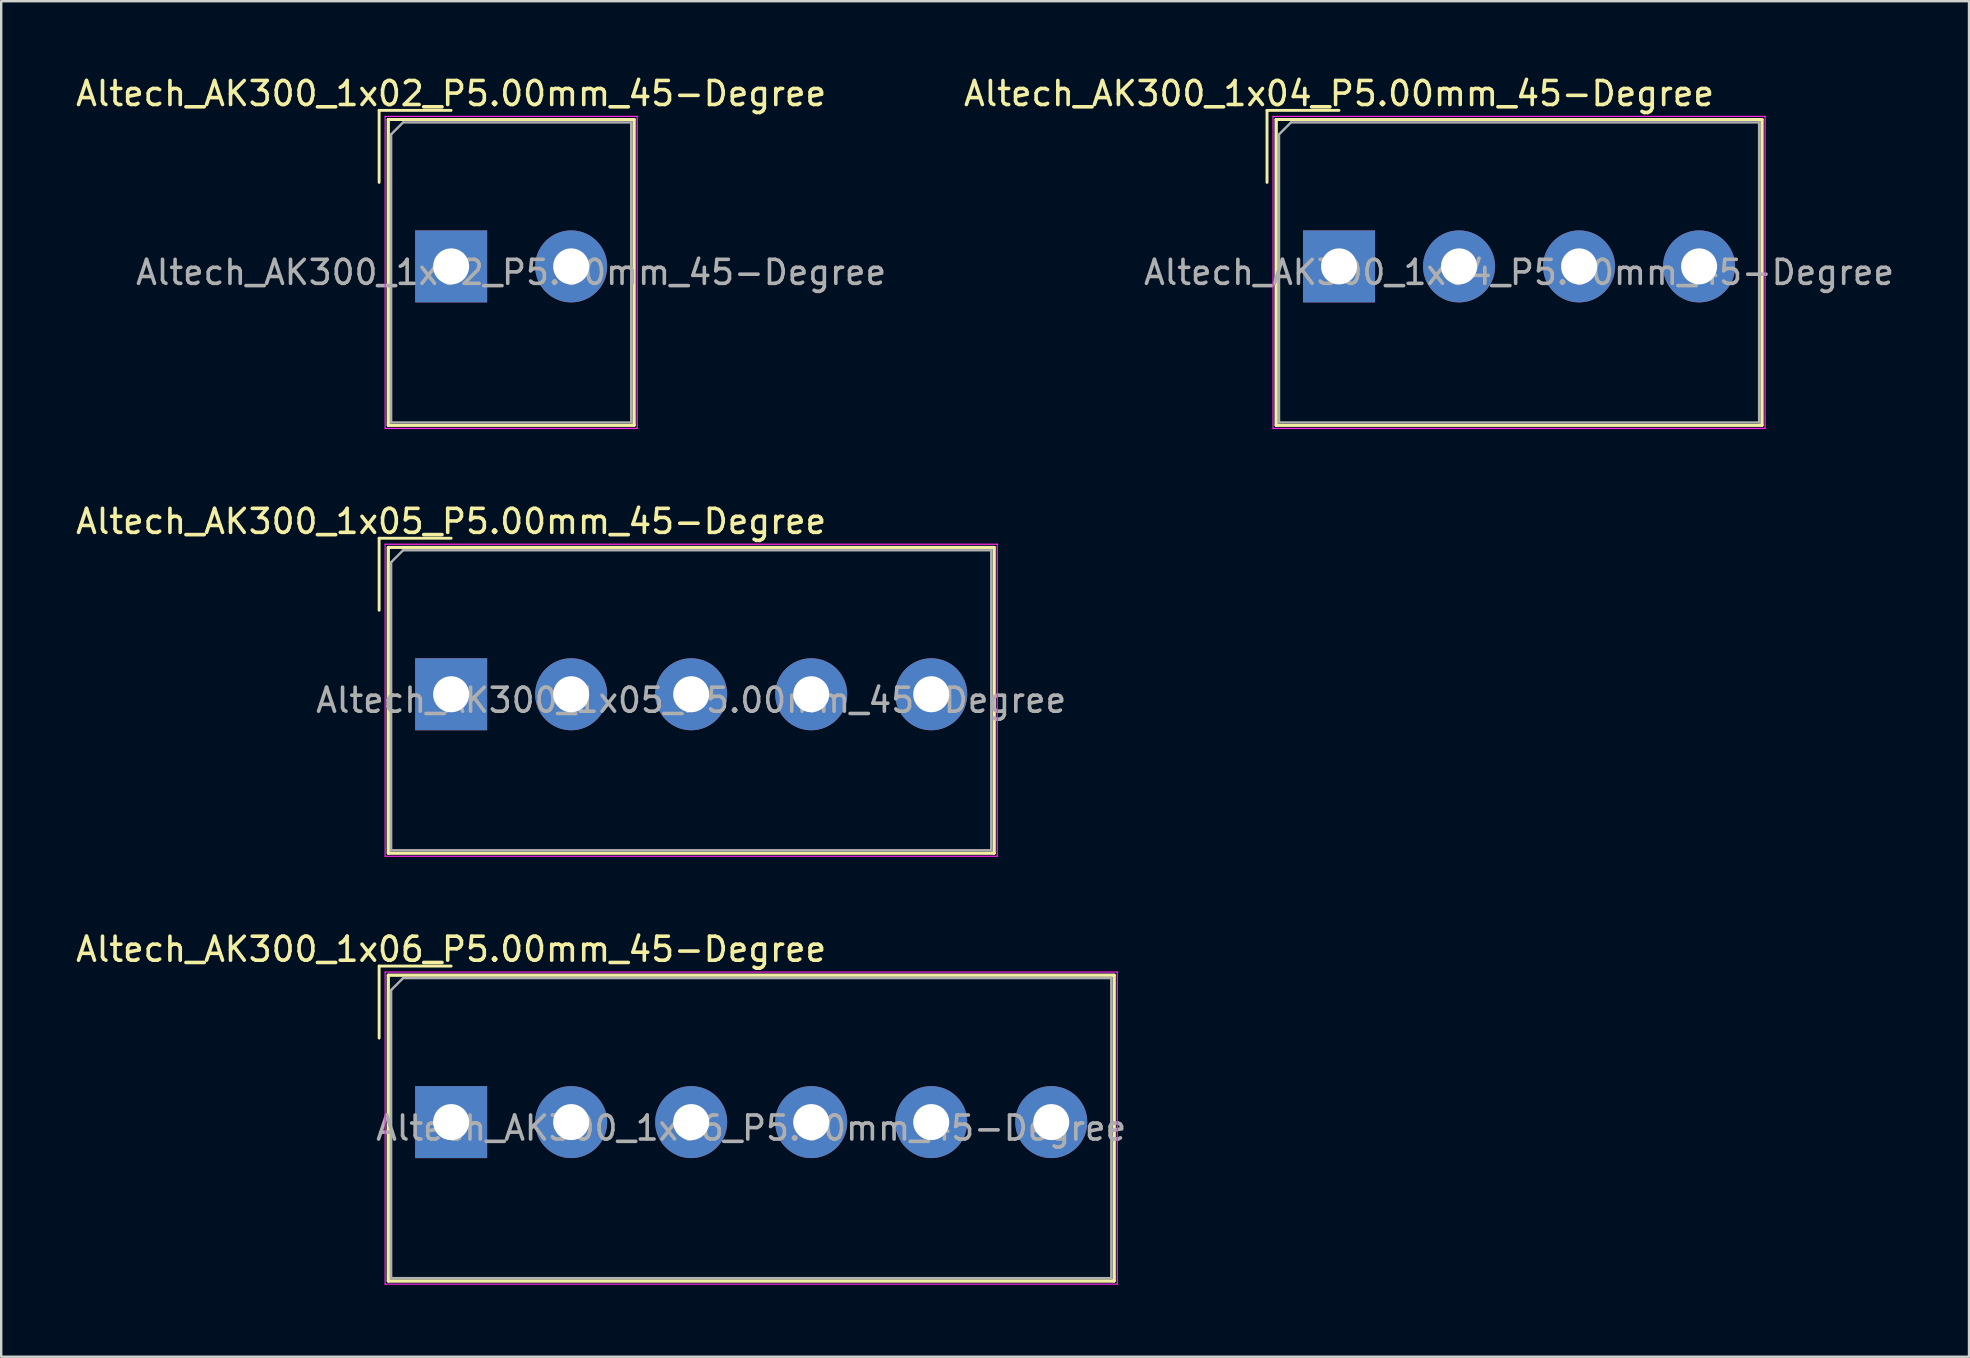
<source format=kicad_pcb>
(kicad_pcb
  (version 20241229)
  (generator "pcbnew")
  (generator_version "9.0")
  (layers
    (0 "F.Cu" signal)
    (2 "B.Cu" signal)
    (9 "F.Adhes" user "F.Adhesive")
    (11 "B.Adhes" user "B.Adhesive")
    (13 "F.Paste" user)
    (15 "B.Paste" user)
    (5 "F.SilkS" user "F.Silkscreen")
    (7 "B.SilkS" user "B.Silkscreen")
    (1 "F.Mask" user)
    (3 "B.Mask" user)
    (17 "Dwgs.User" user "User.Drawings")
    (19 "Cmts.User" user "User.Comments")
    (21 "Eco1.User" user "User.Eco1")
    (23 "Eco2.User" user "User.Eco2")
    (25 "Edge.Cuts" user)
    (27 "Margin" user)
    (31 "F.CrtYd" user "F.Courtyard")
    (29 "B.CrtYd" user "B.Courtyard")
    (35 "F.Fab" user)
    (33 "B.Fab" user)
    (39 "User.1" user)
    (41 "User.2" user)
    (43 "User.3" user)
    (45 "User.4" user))
  (footprint "Altech_AK300_1x05_P5.00mm_45-Degree"
    (layer "F.Cu")
    (at 15.744 25.872)
    (property "Reference" "Altech_AK300_1x05_P5.00mm_45-Degree" (at 0 -7.2 0) (layer "F.SilkS") (effects (font (size 1 1) (thickness 0.15))))
    (attr through_hole)
    (fp_line (start -3 -6.5) (end 0 -6.5) (stroke (width 0.12) (type solid)) (layer "F.SilkS"))
    (fp_line (start -3 -3.5) (end -3 -6.5) (stroke (width 0.12) (type solid)) (layer "F.SilkS"))
    (fp_line (start -2.62 -6.12) (end -2.62 6.62) (stroke (width 0.12) (type solid)) (layer "F.SilkS"))
    (fp_line (start -2.62 -6.12) (end -2.62 6.62) (stroke (width 0.12) (type solid)) (layer "F.SilkS"))
    (fp_line (start -2.62 -6.12) (end 22.62 -6.12) (stroke (width 0.12) (type solid)) (layer "F.SilkS"))
    (fp_line (start -2.62 -6.12) (end 22.62 -6.12) (stroke (width 0.12) (type solid)) (layer "F.SilkS"))
    (fp_line (start -2.62 6.62) (end 22.62 6.62) (stroke (width 0.12) (type solid)) (layer "F.SilkS"))
    (fp_line (start -2.62 6.62) (end 22.62 6.62) (stroke (width 0.12) (type solid)) (layer "F.SilkS"))
    (fp_line (start 22.62 -6.12) (end 22.62 6.62) (stroke (width 0.12) (type solid)) (layer "F.SilkS"))
    (fp_line (start 22.62 -6.12) (end 22.62 6.62) (stroke (width 0.12) (type solid)) (layer "F.SilkS"))
    (fp_line (start -2.75 -6.25) (end -2.75 6.75) (stroke (width 0.05) (type solid)) (layer "F.CrtYd"))
    (fp_line (start -2.75 -6.25) (end 22.75 -6.25) (stroke (width 0.05) (type solid)) (layer "F.CrtYd"))
    (fp_line (start -2.75 6.75) (end 22.75 6.75) (stroke (width 0.05) (type solid)) (layer "F.CrtYd"))
    (fp_line (start 22.75 -6.25) (end 22.75 6.75) (stroke (width 0.05) (type solid)) (layer "F.CrtYd"))
    (fp_line (start -2.5 -5.5) (end -2 -6) (stroke (width 0.1) (type solid)) (layer "F.Fab"))
    (fp_line (start -2.5 6.5) (end -2.5 -5.5) (stroke (width 0.1) (type solid)) (layer "F.Fab"))
    (fp_line (start -2 -6) (end 22.5 -6) (stroke (width 0.1) (type solid)) (layer "F.Fab"))
    (fp_line (start 22.5 -6) (end 22.5 6.5) (stroke (width 0.1) (type solid)) (layer "F.Fab"))
    (fp_line (start 22.5 6.5) (end -2.5 6.5) (stroke (width 0.1) (type solid)) (layer "F.Fab"))
    (fp_text user "${REFERENCE}" (at 10 0.25 0) (layer "F.Fab") (effects (font (size 1 1) (thickness 0.15))))
    (pad "1" thru_hole rect (at 0 0) (size 3 3) (drill 1.5) (layers "*.Cu" "*.Mask"))
    (pad "2" thru_hole circle (at 5 0) (size 3 3) (drill 1.5) (layers "*.Cu" "*.Mask"))
    (pad "3" thru_hole circle (at 10 0) (size 3 3) (drill 1.5) (layers "*.Cu" "*.Mask"))
    (pad "4" thru_hole circle (at 15 0) (size 3 3) (drill 1.5) (layers "*.Cu" "*.Mask"))
    (pad "5" thru_hole circle (at 20 0) (size 3 3) (drill 1.5) (layers "*.Cu" "*.Mask")))
  (footprint "Altech_AK300_1x04_P5.00mm_45-Degree"
    (layer "F.Cu")
    (at 52.732 8.048)
    (property "Reference" "Altech_AK300_1x04_P5.00mm_45-Degree" (at 0 -7.2 0) (layer "F.SilkS") (effects (font (size 1 1) (thickness 0.15))))
    (attr through_hole)
    (fp_line (start -3 -6.5) (end 0 -6.5) (stroke (width 0.12) (type solid)) (layer "F.SilkS"))
    (fp_line (start -3 -3.5) (end -3 -6.5) (stroke (width 0.12) (type solid)) (layer "F.SilkS"))
    (fp_line (start -2.62 -6.12) (end -2.62 6.62) (stroke (width 0.12) (type solid)) (layer "F.SilkS"))
    (fp_line (start -2.62 -6.12) (end -2.62 6.62) (stroke (width 0.12) (type solid)) (layer "F.SilkS"))
    (fp_line (start -2.62 -6.12) (end 17.62 -6.12) (stroke (width 0.12) (type solid)) (layer "F.SilkS"))
    (fp_line (start -2.62 -6.12) (end 17.62 -6.12) (stroke (width 0.12) (type solid)) (layer "F.SilkS"))
    (fp_line (start -2.62 6.62) (end 17.62 6.62) (stroke (width 0.12) (type solid)) (layer "F.SilkS"))
    (fp_line (start -2.62 6.62) (end 17.62 6.62) (stroke (width 0.12) (type solid)) (layer "F.SilkS"))
    (fp_line (start 17.62 -6.12) (end 17.62 6.62) (stroke (width 0.12) (type solid)) (layer "F.SilkS"))
    (fp_line (start 17.62 -6.12) (end 17.62 6.62) (stroke (width 0.12) (type solid)) (layer "F.SilkS"))
    (fp_line (start -2.75 -6.25) (end -2.75 6.75) (stroke (width 0.05) (type solid)) (layer "F.CrtYd"))
    (fp_line (start -2.75 -6.25) (end 17.75 -6.25) (stroke (width 0.05) (type solid)) (layer "F.CrtYd"))
    (fp_line (start -2.75 6.75) (end 17.75 6.75) (stroke (width 0.05) (type solid)) (layer "F.CrtYd"))
    (fp_line (start 17.75 -6.25) (end 17.75 6.75) (stroke (width 0.05) (type solid)) (layer "F.CrtYd"))
    (fp_line (start -2.5 -5.5) (end -2 -6) (stroke (width 0.1) (type solid)) (layer "F.Fab"))
    (fp_line (start -2.5 6.5) (end -2.5 -5.5) (stroke (width 0.1) (type solid)) (layer "F.Fab"))
    (fp_line (start -2 -6) (end 17.5 -6) (stroke (width 0.1) (type solid)) (layer "F.Fab"))
    (fp_line (start 17.5 -6) (end 17.5 6.5) (stroke (width 0.1) (type solid)) (layer "F.Fab"))
    (fp_line (start 17.5 6.5) (end -2.5 6.5) (stroke (width 0.1) (type solid)) (layer "F.Fab"))
    (fp_text user "${REFERENCE}" (at 7.5 0.25 0) (layer "F.Fab") (effects (font (size 1 1) (thickness 0.15))))
    (pad "1" thru_hole rect (at 0 0) (size 3 3) (drill 1.5) (layers "*.Cu" "*.Mask"))
    (pad "2" thru_hole circle (at 5 0) (size 3 3) (drill 1.5) (layers "*.Cu" "*.Mask"))
    (pad "3" thru_hole circle (at 10 0) (size 3 3) (drill 1.5) (layers "*.Cu" "*.Mask"))
    (pad "4" thru_hole circle (at 15 0) (size 3 3) (drill 1.5) (layers "*.Cu" "*.Mask")))
  (footprint "Altech_AK300_1x06_P5.00mm_45-Degree"
    (layer "F.Cu")
    (at 15.744 43.695)
    (property "Reference" "Altech_AK300_1x06_P5.00mm_45-Degree" (at 0 -7.2 0) (layer "F.SilkS") (effects (font (size 1 1) (thickness 0.15))))
    (attr through_hole)
    (fp_line (start -3 -6.5) (end 0 -6.5) (stroke (width 0.12) (type solid)) (layer "F.SilkS"))
    (fp_line (start -3 -3.5) (end -3 -6.5) (stroke (width 0.12) (type solid)) (layer "F.SilkS"))
    (fp_line (start -2.62 -6.12) (end -2.62 6.62) (stroke (width 0.12) (type solid)) (layer "F.SilkS"))
    (fp_line (start -2.62 -6.12) (end -2.62 6.62) (stroke (width 0.12) (type solid)) (layer "F.SilkS"))
    (fp_line (start -2.62 -6.12) (end 27.62 -6.12) (stroke (width 0.12) (type solid)) (layer "F.SilkS"))
    (fp_line (start -2.62 -6.12) (end 27.62 -6.12) (stroke (width 0.12) (type solid)) (layer "F.SilkS"))
    (fp_line (start -2.62 6.62) (end 27.62 6.62) (stroke (width 0.12) (type solid)) (layer "F.SilkS"))
    (fp_line (start -2.62 6.62) (end 27.62 6.62) (stroke (width 0.12) (type solid)) (layer "F.SilkS"))
    (fp_line (start 27.62 -6.12) (end 27.62 6.62) (stroke (width 0.12) (type solid)) (layer "F.SilkS"))
    (fp_line (start 27.62 -6.12) (end 27.62 6.62) (stroke (width 0.12) (type solid)) (layer "F.SilkS"))
    (fp_line (start -2.75 -6.25) (end -2.75 6.75) (stroke (width 0.05) (type solid)) (layer "F.CrtYd"))
    (fp_line (start -2.75 -6.25) (end 27.75 -6.25) (stroke (width 0.05) (type solid)) (layer "F.CrtYd"))
    (fp_line (start -2.75 6.75) (end 27.75 6.75) (stroke (width 0.05) (type solid)) (layer "F.CrtYd"))
    (fp_line (start 27.75 -6.25) (end 27.75 6.75) (stroke (width 0.05) (type solid)) (layer "F.CrtYd"))
    (fp_line (start -2.5 -5.5) (end -2 -6) (stroke (width 0.1) (type solid)) (layer "F.Fab"))
    (fp_line (start -2.5 6.5) (end -2.5 -5.5) (stroke (width 0.1) (type solid)) (layer "F.Fab"))
    (fp_line (start -2 -6) (end 27.5 -6) (stroke (width 0.1) (type solid)) (layer "F.Fab"))
    (fp_line (start 27.5 -6) (end 27.5 6.5) (stroke (width 0.1) (type solid)) (layer "F.Fab"))
    (fp_line (start 27.5 6.5) (end -2.5 6.5) (stroke (width 0.1) (type solid)) (layer "F.Fab"))
    (fp_text user "${REFERENCE}" (at 12.5 0.25 0) (layer "F.Fab") (effects (font (size 1 1) (thickness 0.15))))
    (pad "1" thru_hole rect (at 0 0) (size 3 3) (drill 1.5) (layers "*.Cu" "*.Mask"))
    (pad "2" thru_hole circle (at 5 0) (size 3 3) (drill 1.5) (layers "*.Cu" "*.Mask"))
    (pad "3" thru_hole circle (at 10 0) (size 3 3) (drill 1.5) (layers "*.Cu" "*.Mask"))
    (pad "4" thru_hole circle (at 15 0) (size 3 3) (drill 1.5) (layers "*.Cu" "*.Mask"))
    (pad "5" thru_hole circle (at 20 0) (size 3 3) (drill 1.5) (layers "*.Cu" "*.Mask"))
    (pad "6" thru_hole circle (at 25 0) (size 3 3) (drill 1.5) (layers "*.Cu" "*.Mask")))
  (footprint "Altech_AK300_1x02_P5.00mm_45-Degree"
    (layer "F.Cu")
    (at 15.744 8.048)
    (property "Reference" "Altech_AK300_1x02_P5.00mm_45-Degree" (at 0 -7.2 0) (layer "F.SilkS") (effects (font (size 1 1) (thickness 0.15))))
    (attr through_hole)
    (fp_line (start -3 -6.5) (end 0 -6.5) (stroke (width 0.12) (type solid)) (layer "F.SilkS"))
    (fp_line (start -3 -3.5) (end -3 -6.5) (stroke (width 0.12) (type solid)) (layer "F.SilkS"))
    (fp_line (start -2.62 -6.12) (end -2.62 6.62) (stroke (width 0.12) (type solid)) (layer "F.SilkS"))
    (fp_line (start -2.62 -6.12) (end -2.62 6.62) (stroke (width 0.12) (type solid)) (layer "F.SilkS"))
    (fp_line (start -2.62 -6.12) (end 7.62 -6.12) (stroke (width 0.12) (type solid)) (layer "F.SilkS"))
    (fp_line (start -2.62 -6.12) (end 7.62 -6.12) (stroke (width 0.12) (type solid)) (layer "F.SilkS"))
    (fp_line (start -2.62 6.62) (end 7.62 6.62) (stroke (width 0.12) (type solid)) (layer "F.SilkS"))
    (fp_line (start -2.62 6.62) (end 7.62 6.62) (stroke (width 0.12) (type solid)) (layer "F.SilkS"))
    (fp_line (start 7.62 -6.12) (end 7.62 6.62) (stroke (width 0.12) (type solid)) (layer "F.SilkS"))
    (fp_line (start 7.62 -6.12) (end 7.62 6.62) (stroke (width 0.12) (type solid)) (layer "F.SilkS"))
    (fp_line (start -2.75 -6.25) (end -2.75 6.75) (stroke (width 0.05) (type solid)) (layer "F.CrtYd"))
    (fp_line (start -2.75 -6.25) (end 7.75 -6.25) (stroke (width 0.05) (type solid)) (layer "F.CrtYd"))
    (fp_line (start -2.75 6.75) (end 7.75 6.75) (stroke (width 0.05) (type solid)) (layer "F.CrtYd"))
    (fp_line (start 7.75 -6.25) (end 7.75 6.75) (stroke (width 0.05) (type solid)) (layer "F.CrtYd"))
    (fp_line (start -2.5 -5.5) (end -2 -6) (stroke (width 0.1) (type solid)) (layer "F.Fab"))
    (fp_line (start -2.5 6.5) (end -2.5 -5.5) (stroke (width 0.1) (type solid)) (layer "F.Fab"))
    (fp_line (start -2 -6) (end 7.5 -6) (stroke (width 0.1) (type solid)) (layer "F.Fab"))
    (fp_line (start 7.5 -6) (end 7.5 6.5) (stroke (width 0.1) (type solid)) (layer "F.Fab"))
    (fp_line (start 7.5 6.5) (end -2.5 6.5) (stroke (width 0.1) (type solid)) (layer "F.Fab"))
    (fp_text user "${REFERENCE}" (at 2.5 0.25 0) (layer "F.Fab") (effects (font (size 1 1) (thickness 0.15))))
    (pad "1" thru_hole rect (at 0 0) (size 3 3) (drill 1.5) (layers "*.Cu" "*.Mask"))
    (pad "2" thru_hole circle (at 5 0) (size 3 3) (drill 1.5) (layers "*.Cu" "*.Mask")))
  (gr_rect
    (start -3 -3)
    (end 78.976 53.47)
    (stroke (width 0.1) (type default))
    (fill no)
    (layer "Edge.Cuts")))
</source>
